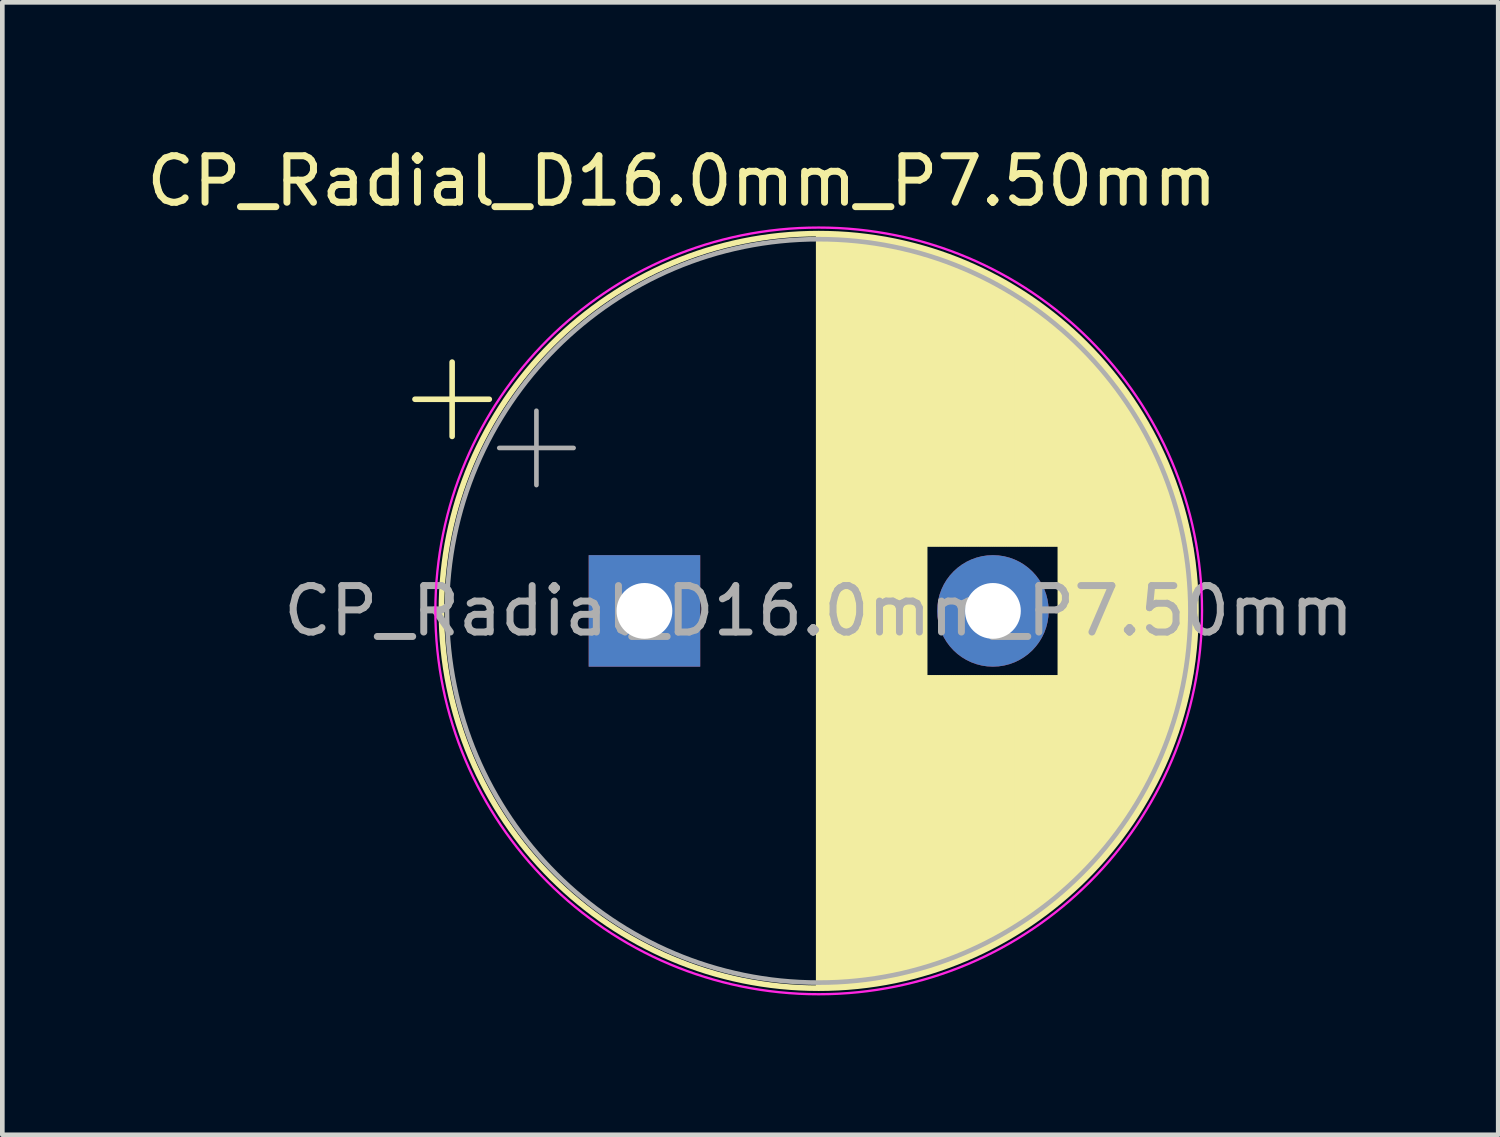
<source format=kicad_pcb>
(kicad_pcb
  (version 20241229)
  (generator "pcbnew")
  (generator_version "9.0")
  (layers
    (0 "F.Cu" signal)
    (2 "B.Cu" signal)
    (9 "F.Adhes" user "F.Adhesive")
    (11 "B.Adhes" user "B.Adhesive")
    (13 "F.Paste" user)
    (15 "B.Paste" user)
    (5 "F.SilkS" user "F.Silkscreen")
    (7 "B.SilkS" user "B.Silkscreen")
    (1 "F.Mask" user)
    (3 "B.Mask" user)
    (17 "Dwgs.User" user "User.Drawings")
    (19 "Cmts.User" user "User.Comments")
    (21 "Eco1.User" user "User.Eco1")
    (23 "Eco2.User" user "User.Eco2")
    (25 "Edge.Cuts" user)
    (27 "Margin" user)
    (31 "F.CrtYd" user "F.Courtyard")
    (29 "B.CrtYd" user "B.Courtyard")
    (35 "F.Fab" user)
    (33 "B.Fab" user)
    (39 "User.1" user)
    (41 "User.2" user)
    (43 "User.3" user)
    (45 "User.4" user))
  (footprint "CP_Radial_D16.0mm_P7.50mm"
    (layer "F.Cu")
    (at 10.82 10.098)
    (property "Reference" "CP_Radial_D16.0mm_P7.50mm" (at 0.805 -9.25 180) (layer "F.SilkS") (effects (font (size 1 1) (thickness 0.15))))
    (attr through_hole)
    (fp_line (start -4.939 -4.555) (end -3.339 -4.555) (stroke (width 0.12) (type solid)) (layer "F.SilkS"))
    (fp_line (start -4.139 -5.355) (end -4.139 -3.755) (stroke (width 0.12) (type solid)) (layer "F.SilkS"))
    (fp_line (start 3.75 -8.081) (end 3.75 8.081) (stroke (width 0.12) (type solid)) (layer "F.SilkS"))
    (fp_line (start 3.79 -8.08) (end 3.79 8.08) (stroke (width 0.12) (type solid)) (layer "F.SilkS"))
    (fp_line (start 3.83 -8.08) (end 3.83 8.08) (stroke (width 0.12) (type solid)) (layer "F.SilkS"))
    (fp_line (start 3.87 -8.08) (end 3.87 8.08) (stroke (width 0.12) (type solid)) (layer "F.SilkS"))
    (fp_line (start 3.91 -8.079) (end 3.91 8.079) (stroke (width 0.12) (type solid)) (layer "F.SilkS"))
    (fp_line (start 3.95 -8.078) (end 3.95 8.078) (stroke (width 0.12) (type solid)) (layer "F.SilkS"))
    (fp_line (start 3.99 -8.077) (end 3.99 8.077) (stroke (width 0.12) (type solid)) (layer "F.SilkS"))
    (fp_line (start 4.03 -8.076) (end 4.03 8.076) (stroke (width 0.12) (type solid)) (layer "F.SilkS"))
    (fp_line (start 4.07 -8.074) (end 4.07 8.074) (stroke (width 0.12) (type solid)) (layer "F.SilkS"))
    (fp_line (start 4.11 -8.073) (end 4.11 8.073) (stroke (width 0.12) (type solid)) (layer "F.SilkS"))
    (fp_line (start 4.15 -8.071) (end 4.15 8.071) (stroke (width 0.12) (type solid)) (layer "F.SilkS"))
    (fp_line (start 4.19 -8.069) (end 4.19 8.069) (stroke (width 0.12) (type solid)) (layer "F.SilkS"))
    (fp_line (start 4.23 -8.066) (end 4.23 8.066) (stroke (width 0.12) (type solid)) (layer "F.SilkS"))
    (fp_line (start 4.27 -8.064) (end 4.27 8.064) (stroke (width 0.12) (type solid)) (layer "F.SilkS"))
    (fp_line (start 4.31 -8.061) (end 4.31 8.061) (stroke (width 0.12) (type solid)) (layer "F.SilkS"))
    (fp_line (start 4.35 -8.058) (end 4.35 8.058) (stroke (width 0.12) (type solid)) (layer "F.SilkS"))
    (fp_line (start 4.39 -8.055) (end 4.39 8.055) (stroke (width 0.12) (type solid)) (layer "F.SilkS"))
    (fp_line (start 4.43 -8.052) (end 4.43 8.052) (stroke (width 0.12) (type solid)) (layer "F.SilkS"))
    (fp_line (start 4.471 -8.049) (end 4.471 8.049) (stroke (width 0.12) (type solid)) (layer "F.SilkS"))
    (fp_line (start 4.511 -8.045) (end 4.511 8.045) (stroke (width 0.12) (type solid)) (layer "F.SilkS"))
    (fp_line (start 4.551 -8.041) (end 4.551 8.041) (stroke (width 0.12) (type solid)) (layer "F.SilkS"))
    (fp_line (start 4.591 -8.037) (end 4.591 8.037) (stroke (width 0.12) (type solid)) (layer "F.SilkS"))
    (fp_line (start 4.631 -8.033) (end 4.631 8.033) (stroke (width 0.12) (type solid)) (layer "F.SilkS"))
    (fp_line (start 4.671 -8.028) (end 4.671 8.028) (stroke (width 0.12) (type solid)) (layer "F.SilkS"))
    (fp_line (start 4.711 -8.024) (end 4.711 8.024) (stroke (width 0.12) (type solid)) (layer "F.SilkS"))
    (fp_line (start 4.751 -8.019) (end 4.751 8.019) (stroke (width 0.12) (type solid)) (layer "F.SilkS"))
    (fp_line (start 4.791 -8.014) (end 4.791 8.014) (stroke (width 0.12) (type solid)) (layer "F.SilkS"))
    (fp_line (start 4.831 -8.008) (end 4.831 8.008) (stroke (width 0.12) (type solid)) (layer "F.SilkS"))
    (fp_line (start 4.871 -8.003) (end 4.871 8.003) (stroke (width 0.12) (type solid)) (layer "F.SilkS"))
    (fp_line (start 4.911 -7.997) (end 4.911 7.997) (stroke (width 0.12) (type solid)) (layer "F.SilkS"))
    (fp_line (start 4.951 -7.991) (end 4.951 7.991) (stroke (width 0.12) (type solid)) (layer "F.SilkS"))
    (fp_line (start 4.991 -7.985) (end 4.991 7.985) (stroke (width 0.12) (type solid)) (layer "F.SilkS"))
    (fp_line (start 5.031 -7.979) (end 5.031 7.979) (stroke (width 0.12) (type solid)) (layer "F.SilkS"))
    (fp_line (start 5.071 -7.972) (end 5.071 7.972) (stroke (width 0.12) (type solid)) (layer "F.SilkS"))
    (fp_line (start 5.111 -7.966) (end 5.111 7.966) (stroke (width 0.12) (type solid)) (layer "F.SilkS"))
    (fp_line (start 5.151 -7.959) (end 5.151 7.959) (stroke (width 0.12) (type solid)) (layer "F.SilkS"))
    (fp_line (start 5.191 -7.952) (end 5.191 7.952) (stroke (width 0.12) (type solid)) (layer "F.SilkS"))
    (fp_line (start 5.231 -7.944) (end 5.231 7.944) (stroke (width 0.12) (type solid)) (layer "F.SilkS"))
    (fp_line (start 5.271 -7.937) (end 5.271 7.937) (stroke (width 0.12) (type solid)) (layer "F.SilkS"))
    (fp_line (start 5.311 -7.929) (end 5.311 7.929) (stroke (width 0.12) (type solid)) (layer "F.SilkS"))
    (fp_line (start 5.351 -7.921) (end 5.351 7.921) (stroke (width 0.12) (type solid)) (layer "F.SilkS"))
    (fp_line (start 5.391 -7.913) (end 5.391 7.913) (stroke (width 0.12) (type solid)) (layer "F.SilkS"))
    (fp_line (start 5.431 -7.905) (end 5.431 7.905) (stroke (width 0.12) (type solid)) (layer "F.SilkS"))
    (fp_line (start 5.471 -7.896) (end 5.471 7.896) (stroke (width 0.12) (type solid)) (layer "F.SilkS"))
    (fp_line (start 5.511 -7.887) (end 5.511 7.887) (stroke (width 0.12) (type solid)) (layer "F.SilkS"))
    (fp_line (start 5.551 -7.878) (end 5.551 7.878) (stroke (width 0.12) (type solid)) (layer "F.SilkS"))
    (fp_line (start 5.591 -7.869) (end 5.591 7.869) (stroke (width 0.12) (type solid)) (layer "F.SilkS"))
    (fp_line (start 5.631 -7.86) (end 5.631 7.86) (stroke (width 0.12) (type solid)) (layer "F.SilkS"))
    (fp_line (start 5.671 -7.85) (end 5.671 7.85) (stroke (width 0.12) (type solid)) (layer "F.SilkS"))
    (fp_line (start 5.711 -7.84) (end 5.711 7.84) (stroke (width 0.12) (type solid)) (layer "F.SilkS"))
    (fp_line (start 5.751 -7.83) (end 5.751 7.83) (stroke (width 0.12) (type solid)) (layer "F.SilkS"))
    (fp_line (start 5.791 -7.82) (end 5.791 7.82) (stroke (width 0.12) (type solid)) (layer "F.SilkS"))
    (fp_line (start 5.831 -7.81) (end 5.831 7.81) (stroke (width 0.12) (type solid)) (layer "F.SilkS"))
    (fp_line (start 5.871 -7.799) (end 5.871 7.799) (stroke (width 0.12) (type solid)) (layer "F.SilkS"))
    (fp_line (start 5.911 -7.788) (end 5.911 7.788) (stroke (width 0.12) (type solid)) (layer "F.SilkS"))
    (fp_line (start 5.951 -7.777) (end 5.951 7.777) (stroke (width 0.12) (type solid)) (layer "F.SilkS"))
    (fp_line (start 5.991 -7.765) (end 5.991 7.765) (stroke (width 0.12) (type solid)) (layer "F.SilkS"))
    (fp_line (start 6.031 -7.754) (end 6.031 7.754) (stroke (width 0.12) (type solid)) (layer "F.SilkS"))
    (fp_line (start 6.071 -7.742) (end 6.071 -1.44) (stroke (width 0.12) (type solid)) (layer "F.SilkS"))
    (fp_line (start 6.071 1.44) (end 6.071 7.742) (stroke (width 0.12) (type solid)) (layer "F.SilkS"))
    (fp_line (start 6.111 -7.73) (end 6.111 -1.44) (stroke (width 0.12) (type solid)) (layer "F.SilkS"))
    (fp_line (start 6.111 1.44) (end 6.111 7.73) (stroke (width 0.12) (type solid)) (layer "F.SilkS"))
    (fp_line (start 6.151 -7.718) (end 6.151 -1.44) (stroke (width 0.12) (type solid)) (layer "F.SilkS"))
    (fp_line (start 6.151 1.44) (end 6.151 7.718) (stroke (width 0.12) (type solid)) (layer "F.SilkS"))
    (fp_line (start 6.191 -7.705) (end 6.191 -1.44) (stroke (width 0.12) (type solid)) (layer "F.SilkS"))
    (fp_line (start 6.191 1.44) (end 6.191 7.705) (stroke (width 0.12) (type solid)) (layer "F.SilkS"))
    (fp_line (start 6.231 -7.693) (end 6.231 -1.44) (stroke (width 0.12) (type solid)) (layer "F.SilkS"))
    (fp_line (start 6.231 1.44) (end 6.231 7.693) (stroke (width 0.12) (type solid)) (layer "F.SilkS"))
    (fp_line (start 6.271 -7.68) (end 6.271 -1.44) (stroke (width 0.12) (type solid)) (layer "F.SilkS"))
    (fp_line (start 6.271 1.44) (end 6.271 7.68) (stroke (width 0.12) (type solid)) (layer "F.SilkS"))
    (fp_line (start 6.311 -7.666) (end 6.311 -1.44) (stroke (width 0.12) (type solid)) (layer "F.SilkS"))
    (fp_line (start 6.311 1.44) (end 6.311 7.666) (stroke (width 0.12) (type solid)) (layer "F.SilkS"))
    (fp_line (start 6.351 -7.653) (end 6.351 -1.44) (stroke (width 0.12) (type solid)) (layer "F.SilkS"))
    (fp_line (start 6.351 1.44) (end 6.351 7.653) (stroke (width 0.12) (type solid)) (layer "F.SilkS"))
    (fp_line (start 6.391 -7.639) (end 6.391 -1.44) (stroke (width 0.12) (type solid)) (layer "F.SilkS"))
    (fp_line (start 6.391 1.44) (end 6.391 7.639) (stroke (width 0.12) (type solid)) (layer "F.SilkS"))
    (fp_line (start 6.431 -7.625) (end 6.431 -1.44) (stroke (width 0.12) (type solid)) (layer "F.SilkS"))
    (fp_line (start 6.431 1.44) (end 6.431 7.625) (stroke (width 0.12) (type solid)) (layer "F.SilkS"))
    (fp_line (start 6.471 -7.611) (end 6.471 -1.44) (stroke (width 0.12) (type solid)) (layer "F.SilkS"))
    (fp_line (start 6.471 1.44) (end 6.471 7.611) (stroke (width 0.12) (type solid)) (layer "F.SilkS"))
    (fp_line (start 6.511 -7.597) (end 6.511 -1.44) (stroke (width 0.12) (type solid)) (layer "F.SilkS"))
    (fp_line (start 6.511 1.44) (end 6.511 7.597) (stroke (width 0.12) (type solid)) (layer "F.SilkS"))
    (fp_line (start 6.551 -7.582) (end 6.551 -1.44) (stroke (width 0.12) (type solid)) (layer "F.SilkS"))
    (fp_line (start 6.551 1.44) (end 6.551 7.582) (stroke (width 0.12) (type solid)) (layer "F.SilkS"))
    (fp_line (start 6.591 -7.568) (end 6.591 -1.44) (stroke (width 0.12) (type solid)) (layer "F.SilkS"))
    (fp_line (start 6.591 1.44) (end 6.591 7.568) (stroke (width 0.12) (type solid)) (layer "F.SilkS"))
    (fp_line (start 6.631 -7.553) (end 6.631 -1.44) (stroke (width 0.12) (type solid)) (layer "F.SilkS"))
    (fp_line (start 6.631 1.44) (end 6.631 7.553) (stroke (width 0.12) (type solid)) (layer "F.SilkS"))
    (fp_line (start 6.671 -7.537) (end 6.671 -1.44) (stroke (width 0.12) (type solid)) (layer "F.SilkS"))
    (fp_line (start 6.671 1.44) (end 6.671 7.537) (stroke (width 0.12) (type solid)) (layer "F.SilkS"))
    (fp_line (start 6.711 -7.522) (end 6.711 -1.44) (stroke (width 0.12) (type solid)) (layer "F.SilkS"))
    (fp_line (start 6.711 1.44) (end 6.711 7.522) (stroke (width 0.12) (type solid)) (layer "F.SilkS"))
    (fp_line (start 6.751 -7.506) (end 6.751 -1.44) (stroke (width 0.12) (type solid)) (layer "F.SilkS"))
    (fp_line (start 6.751 1.44) (end 6.751 7.506) (stroke (width 0.12) (type solid)) (layer "F.SilkS"))
    (fp_line (start 6.791 -7.49) (end 6.791 -1.44) (stroke (width 0.12) (type solid)) (layer "F.SilkS"))
    (fp_line (start 6.791 1.44) (end 6.791 7.49) (stroke (width 0.12) (type solid)) (layer "F.SilkS"))
    (fp_line (start 6.831 -7.474) (end 6.831 -1.44) (stroke (width 0.12) (type solid)) (layer "F.SilkS"))
    (fp_line (start 6.831 1.44) (end 6.831 7.474) (stroke (width 0.12) (type solid)) (layer "F.SilkS"))
    (fp_line (start 6.871 -7.457) (end 6.871 -1.44) (stroke (width 0.12) (type solid)) (layer "F.SilkS"))
    (fp_line (start 6.871 1.44) (end 6.871 7.457) (stroke (width 0.12) (type solid)) (layer "F.SilkS"))
    (fp_line (start 6.911 -7.44) (end 6.911 -1.44) (stroke (width 0.12) (type solid)) (layer "F.SilkS"))
    (fp_line (start 6.911 1.44) (end 6.911 7.44) (stroke (width 0.12) (type solid)) (layer "F.SilkS"))
    (fp_line (start 6.951 -7.423) (end 6.951 -1.44) (stroke (width 0.12) (type solid)) (layer "F.SilkS"))
    (fp_line (start 6.951 1.44) (end 6.951 7.423) (stroke (width 0.12) (type solid)) (layer "F.SilkS"))
    (fp_line (start 6.991 -7.406) (end 6.991 -1.44) (stroke (width 0.12) (type solid)) (layer "F.SilkS"))
    (fp_line (start 6.991 1.44) (end 6.991 7.406) (stroke (width 0.12) (type solid)) (layer "F.SilkS"))
    (fp_line (start 7.031 -7.389) (end 7.031 -1.44) (stroke (width 0.12) (type solid)) (layer "F.SilkS"))
    (fp_line (start 7.031 1.44) (end 7.031 7.389) (stroke (width 0.12) (type solid)) (layer "F.SilkS"))
    (fp_line (start 7.071 -7.371) (end 7.071 -1.44) (stroke (width 0.12) (type solid)) (layer "F.SilkS"))
    (fp_line (start 7.071 1.44) (end 7.071 7.371) (stroke (width 0.12) (type solid)) (layer "F.SilkS"))
    (fp_line (start 7.111 -7.353) (end 7.111 -1.44) (stroke (width 0.12) (type solid)) (layer "F.SilkS"))
    (fp_line (start 7.111 1.44) (end 7.111 7.353) (stroke (width 0.12) (type solid)) (layer "F.SilkS"))
    (fp_line (start 7.151 -7.334) (end 7.151 -1.44) (stroke (width 0.12) (type solid)) (layer "F.SilkS"))
    (fp_line (start 7.151 1.44) (end 7.151 7.334) (stroke (width 0.12) (type solid)) (layer "F.SilkS"))
    (fp_line (start 7.191 -7.316) (end 7.191 -1.44) (stroke (width 0.12) (type solid)) (layer "F.SilkS"))
    (fp_line (start 7.191 1.44) (end 7.191 7.316) (stroke (width 0.12) (type solid)) (layer "F.SilkS"))
    (fp_line (start 7.231 -7.297) (end 7.231 -1.44) (stroke (width 0.12) (type solid)) (layer "F.SilkS"))
    (fp_line (start 7.231 1.44) (end 7.231 7.297) (stroke (width 0.12) (type solid)) (layer "F.SilkS"))
    (fp_line (start 7.271 -7.278) (end 7.271 -1.44) (stroke (width 0.12) (type solid)) (layer "F.SilkS"))
    (fp_line (start 7.271 1.44) (end 7.271 7.278) (stroke (width 0.12) (type solid)) (layer "F.SilkS"))
    (fp_line (start 7.311 -7.258) (end 7.311 -1.44) (stroke (width 0.12) (type solid)) (layer "F.SilkS"))
    (fp_line (start 7.311 1.44) (end 7.311 7.258) (stroke (width 0.12) (type solid)) (layer "F.SilkS"))
    (fp_line (start 7.351 -7.239) (end 7.351 -1.44) (stroke (width 0.12) (type solid)) (layer "F.SilkS"))
    (fp_line (start 7.351 1.44) (end 7.351 7.239) (stroke (width 0.12) (type solid)) (layer "F.SilkS"))
    (fp_line (start 7.391 -7.219) (end 7.391 -1.44) (stroke (width 0.12) (type solid)) (layer "F.SilkS"))
    (fp_line (start 7.391 1.44) (end 7.391 7.219) (stroke (width 0.12) (type solid)) (layer "F.SilkS"))
    (fp_line (start 7.431 -7.199) (end 7.431 -1.44) (stroke (width 0.12) (type solid)) (layer "F.SilkS"))
    (fp_line (start 7.431 1.44) (end 7.431 7.199) (stroke (width 0.12) (type solid)) (layer "F.SilkS"))
    (fp_line (start 7.471 -7.178) (end 7.471 -1.44) (stroke (width 0.12) (type solid)) (layer "F.SilkS"))
    (fp_line (start 7.471 1.44) (end 7.471 7.178) (stroke (width 0.12) (type solid)) (layer "F.SilkS"))
    (fp_line (start 7.511 -7.157) (end 7.511 -1.44) (stroke (width 0.12) (type solid)) (layer "F.SilkS"))
    (fp_line (start 7.511 1.44) (end 7.511 7.157) (stroke (width 0.12) (type solid)) (layer "F.SilkS"))
    (fp_line (start 7.551 -7.136) (end 7.551 -1.44) (stroke (width 0.12) (type solid)) (layer "F.SilkS"))
    (fp_line (start 7.551 1.44) (end 7.551 7.136) (stroke (width 0.12) (type solid)) (layer "F.SilkS"))
    (fp_line (start 7.591 -7.115) (end 7.591 -1.44) (stroke (width 0.12) (type solid)) (layer "F.SilkS"))
    (fp_line (start 7.591 1.44) (end 7.591 7.115) (stroke (width 0.12) (type solid)) (layer "F.SilkS"))
    (fp_line (start 7.631 -7.094) (end 7.631 -1.44) (stroke (width 0.12) (type solid)) (layer "F.SilkS"))
    (fp_line (start 7.631 1.44) (end 7.631 7.094) (stroke (width 0.12) (type solid)) (layer "F.SilkS"))
    (fp_line (start 7.671 -7.072) (end 7.671 -1.44) (stroke (width 0.12) (type solid)) (layer "F.SilkS"))
    (fp_line (start 7.671 1.44) (end 7.671 7.072) (stroke (width 0.12) (type solid)) (layer "F.SilkS"))
    (fp_line (start 7.711 -7.049) (end 7.711 -1.44) (stroke (width 0.12) (type solid)) (layer "F.SilkS"))
    (fp_line (start 7.711 1.44) (end 7.711 7.049) (stroke (width 0.12) (type solid)) (layer "F.SilkS"))
    (fp_line (start 7.751 -7.027) (end 7.751 -1.44) (stroke (width 0.12) (type solid)) (layer "F.SilkS"))
    (fp_line (start 7.751 1.44) (end 7.751 7.027) (stroke (width 0.12) (type solid)) (layer "F.SilkS"))
    (fp_line (start 7.791 -7.004) (end 7.791 -1.44) (stroke (width 0.12) (type solid)) (layer "F.SilkS"))
    (fp_line (start 7.791 1.44) (end 7.791 7.004) (stroke (width 0.12) (type solid)) (layer "F.SilkS"))
    (fp_line (start 7.831 -6.981) (end 7.831 -1.44) (stroke (width 0.12) (type solid)) (layer "F.SilkS"))
    (fp_line (start 7.831 1.44) (end 7.831 6.981) (stroke (width 0.12) (type solid)) (layer "F.SilkS"))
    (fp_line (start 7.871 -6.958) (end 7.871 -1.44) (stroke (width 0.12) (type solid)) (layer "F.SilkS"))
    (fp_line (start 7.871 1.44) (end 7.871 6.958) (stroke (width 0.12) (type solid)) (layer "F.SilkS"))
    (fp_line (start 7.911 -6.934) (end 7.911 -1.44) (stroke (width 0.12) (type solid)) (layer "F.SilkS"))
    (fp_line (start 7.911 1.44) (end 7.911 6.934) (stroke (width 0.12) (type solid)) (layer "F.SilkS"))
    (fp_line (start 7.951 -6.91) (end 7.951 -1.44) (stroke (width 0.12) (type solid)) (layer "F.SilkS"))
    (fp_line (start 7.951 1.44) (end 7.951 6.91) (stroke (width 0.12) (type solid)) (layer "F.SilkS"))
    (fp_line (start 7.991 -6.886) (end 7.991 -1.44) (stroke (width 0.12) (type solid)) (layer "F.SilkS"))
    (fp_line (start 7.991 1.44) (end 7.991 6.886) (stroke (width 0.12) (type solid)) (layer "F.SilkS"))
    (fp_line (start 8.031 -6.861) (end 8.031 -1.44) (stroke (width 0.12) (type solid)) (layer "F.SilkS"))
    (fp_line (start 8.031 1.44) (end 8.031 6.861) (stroke (width 0.12) (type solid)) (layer "F.SilkS"))
    (fp_line (start 8.071 -6.836) (end 8.071 -1.44) (stroke (width 0.12) (type solid)) (layer "F.SilkS"))
    (fp_line (start 8.071 1.44) (end 8.071 6.836) (stroke (width 0.12) (type solid)) (layer "F.SilkS"))
    (fp_line (start 8.111 -6.811) (end 8.111 -1.44) (stroke (width 0.12) (type solid)) (layer "F.SilkS"))
    (fp_line (start 8.111 1.44) (end 8.111 6.811) (stroke (width 0.12) (type solid)) (layer "F.SilkS"))
    (fp_line (start 8.151 -6.785) (end 8.151 -1.44) (stroke (width 0.12) (type solid)) (layer "F.SilkS"))
    (fp_line (start 8.151 1.44) (end 8.151 6.785) (stroke (width 0.12) (type solid)) (layer "F.SilkS"))
    (fp_line (start 8.191 -6.759) (end 8.191 -1.44) (stroke (width 0.12) (type solid)) (layer "F.SilkS"))
    (fp_line (start 8.191 1.44) (end 8.191 6.759) (stroke (width 0.12) (type solid)) (layer "F.SilkS"))
    (fp_line (start 8.231 -6.733) (end 8.231 -1.44) (stroke (width 0.12) (type solid)) (layer "F.SilkS"))
    (fp_line (start 8.231 1.44) (end 8.231 6.733) (stroke (width 0.12) (type solid)) (layer "F.SilkS"))
    (fp_line (start 8.271 -6.706) (end 8.271 -1.44) (stroke (width 0.12) (type solid)) (layer "F.SilkS"))
    (fp_line (start 8.271 1.44) (end 8.271 6.706) (stroke (width 0.12) (type solid)) (layer "F.SilkS"))
    (fp_line (start 8.311 -6.679) (end 8.311 -1.44) (stroke (width 0.12) (type solid)) (layer "F.SilkS"))
    (fp_line (start 8.311 1.44) (end 8.311 6.679) (stroke (width 0.12) (type solid)) (layer "F.SilkS"))
    (fp_line (start 8.351 -6.652) (end 8.351 -1.44) (stroke (width 0.12) (type solid)) (layer "F.SilkS"))
    (fp_line (start 8.351 1.44) (end 8.351 6.652) (stroke (width 0.12) (type solid)) (layer "F.SilkS"))
    (fp_line (start 8.391 -6.624) (end 8.391 -1.44) (stroke (width 0.12) (type solid)) (layer "F.SilkS"))
    (fp_line (start 8.391 1.44) (end 8.391 6.624) (stroke (width 0.12) (type solid)) (layer "F.SilkS"))
    (fp_line (start 8.431 -6.596) (end 8.431 -1.44) (stroke (width 0.12) (type solid)) (layer "F.SilkS"))
    (fp_line (start 8.431 1.44) (end 8.431 6.596) (stroke (width 0.12) (type solid)) (layer "F.SilkS"))
    (fp_line (start 8.471 -6.568) (end 8.471 -1.44) (stroke (width 0.12) (type solid)) (layer "F.SilkS"))
    (fp_line (start 8.471 1.44) (end 8.471 6.568) (stroke (width 0.12) (type solid)) (layer "F.SilkS"))
    (fp_line (start 8.511 -6.539) (end 8.511 -1.44) (stroke (width 0.12) (type solid)) (layer "F.SilkS"))
    (fp_line (start 8.511 1.44) (end 8.511 6.539) (stroke (width 0.12) (type solid)) (layer "F.SilkS"))
    (fp_line (start 8.551 -6.51) (end 8.551 -1.44) (stroke (width 0.12) (type solid)) (layer "F.SilkS"))
    (fp_line (start 8.551 1.44) (end 8.551 6.51) (stroke (width 0.12) (type solid)) (layer "F.SilkS"))
    (fp_line (start 8.591 -6.48) (end 8.591 -1.44) (stroke (width 0.12) (type solid)) (layer "F.SilkS"))
    (fp_line (start 8.591 1.44) (end 8.591 6.48) (stroke (width 0.12) (type solid)) (layer "F.SilkS"))
    (fp_line (start 8.631 -6.45) (end 8.631 -1.44) (stroke (width 0.12) (type solid)) (layer "F.SilkS"))
    (fp_line (start 8.631 1.44) (end 8.631 6.45) (stroke (width 0.12) (type solid)) (layer "F.SilkS"))
    (fp_line (start 8.671 -6.42) (end 8.671 -1.44) (stroke (width 0.12) (type solid)) (layer "F.SilkS"))
    (fp_line (start 8.671 1.44) (end 8.671 6.42) (stroke (width 0.12) (type solid)) (layer "F.SilkS"))
    (fp_line (start 8.711 -6.39) (end 8.711 -1.44) (stroke (width 0.12) (type solid)) (layer "F.SilkS"))
    (fp_line (start 8.711 1.44) (end 8.711 6.39) (stroke (width 0.12) (type solid)) (layer "F.SilkS"))
    (fp_line (start 8.751 -6.358) (end 8.751 -1.44) (stroke (width 0.12) (type solid)) (layer "F.SilkS"))
    (fp_line (start 8.751 1.44) (end 8.751 6.358) (stroke (width 0.12) (type solid)) (layer "F.SilkS"))
    (fp_line (start 8.791 -6.327) (end 8.791 -1.44) (stroke (width 0.12) (type solid)) (layer "F.SilkS"))
    (fp_line (start 8.791 1.44) (end 8.791 6.327) (stroke (width 0.12) (type solid)) (layer "F.SilkS"))
    (fp_line (start 8.831 -6.295) (end 8.831 -1.44) (stroke (width 0.12) (type solid)) (layer "F.SilkS"))
    (fp_line (start 8.831 1.44) (end 8.831 6.295) (stroke (width 0.12) (type solid)) (layer "F.SilkS"))
    (fp_line (start 8.871 -6.263) (end 8.871 -1.44) (stroke (width 0.12) (type solid)) (layer "F.SilkS"))
    (fp_line (start 8.871 1.44) (end 8.871 6.263) (stroke (width 0.12) (type solid)) (layer "F.SilkS"))
    (fp_line (start 8.911 -6.23) (end 8.911 -1.44) (stroke (width 0.12) (type solid)) (layer "F.SilkS"))
    (fp_line (start 8.911 1.44) (end 8.911 6.23) (stroke (width 0.12) (type solid)) (layer "F.SilkS"))
    (fp_line (start 8.951 -6.197) (end 8.951 6.197) (stroke (width 0.12) (type solid)) (layer "F.SilkS"))
    (fp_line (start 8.991 -6.163) (end 8.991 6.163) (stroke (width 0.12) (type solid)) (layer "F.SilkS"))
    (fp_line (start 9.031 -6.129) (end 9.031 6.129) (stroke (width 0.12) (type solid)) (layer "F.SilkS"))
    (fp_line (start 9.071 -6.095) (end 9.071 6.095) (stroke (width 0.12) (type solid)) (layer "F.SilkS"))
    (fp_line (start 9.111 -6.06) (end 9.111 6.06) (stroke (width 0.12) (type solid)) (layer "F.SilkS"))
    (fp_line (start 9.151 -6.025) (end 9.151 6.025) (stroke (width 0.12) (type solid)) (layer "F.SilkS"))
    (fp_line (start 9.191 -5.989) (end 9.191 5.989) (stroke (width 0.12) (type solid)) (layer "F.SilkS"))
    (fp_line (start 9.231 -5.952) (end 9.231 5.952) (stroke (width 0.12) (type solid)) (layer "F.SilkS"))
    (fp_line (start 9.271 -5.916) (end 9.271 5.916) (stroke (width 0.12) (type solid)) (layer "F.SilkS"))
    (fp_line (start 9.311 -5.878) (end 9.311 5.878) (stroke (width 0.12) (type solid)) (layer "F.SilkS"))
    (fp_line (start 9.351 -5.84) (end 9.351 5.84) (stroke (width 0.12) (type solid)) (layer "F.SilkS"))
    (fp_line (start 9.391 -5.802) (end 9.391 5.802) (stroke (width 0.12) (type solid)) (layer "F.SilkS"))
    (fp_line (start 9.431 -5.763) (end 9.431 5.763) (stroke (width 0.12) (type solid)) (layer "F.SilkS"))
    (fp_line (start 9.471 -5.724) (end 9.471 5.724) (stroke (width 0.12) (type solid)) (layer "F.SilkS"))
    (fp_line (start 9.511 -5.684) (end 9.511 5.684) (stroke (width 0.12) (type solid)) (layer "F.SilkS"))
    (fp_line (start 9.551 -5.643) (end 9.551 5.643) (stroke (width 0.12) (type solid)) (layer "F.SilkS"))
    (fp_line (start 9.591 -5.602) (end 9.591 5.602) (stroke (width 0.12) (type solid)) (layer "F.SilkS"))
    (fp_line (start 9.631 -5.56) (end 9.631 5.56) (stroke (width 0.12) (type solid)) (layer "F.SilkS"))
    (fp_line (start 9.671 -5.518) (end 9.671 5.518) (stroke (width 0.12) (type solid)) (layer "F.SilkS"))
    (fp_line (start 9.711 -5.475) (end 9.711 5.475) (stroke (width 0.12) (type solid)) (layer "F.SilkS"))
    (fp_line (start 9.751 -5.432) (end 9.751 5.432) (stroke (width 0.12) (type solid)) (layer "F.SilkS"))
    (fp_line (start 9.791 -5.388) (end 9.791 5.388) (stroke (width 0.12) (type solid)) (layer "F.SilkS"))
    (fp_line (start 9.831 -5.343) (end 9.831 5.343) (stroke (width 0.12) (type solid)) (layer "F.SilkS"))
    (fp_line (start 9.871 -5.297) (end 9.871 5.297) (stroke (width 0.12) (type solid)) (layer "F.SilkS"))
    (fp_line (start 9.911 -5.251) (end 9.911 5.251) (stroke (width 0.12) (type solid)) (layer "F.SilkS"))
    (fp_line (start 9.951 -5.204) (end 9.951 5.204) (stroke (width 0.12) (type solid)) (layer "F.SilkS"))
    (fp_line (start 9.991 -5.156) (end 9.991 5.156) (stroke (width 0.12) (type solid)) (layer "F.SilkS"))
    (fp_line (start 10.031 -5.108) (end 10.031 5.108) (stroke (width 0.12) (type solid)) (layer "F.SilkS"))
    (fp_line (start 10.071 -5.059) (end 10.071 5.059) (stroke (width 0.12) (type solid)) (layer "F.SilkS"))
    (fp_line (start 10.111 -5.009) (end 10.111 5.009) (stroke (width 0.12) (type solid)) (layer "F.SilkS"))
    (fp_line (start 10.151 -4.958) (end 10.151 4.958) (stroke (width 0.12) (type solid)) (layer "F.SilkS"))
    (fp_line (start 10.191 -4.906) (end 10.191 4.906) (stroke (width 0.12) (type solid)) (layer "F.SilkS"))
    (fp_line (start 10.231 -4.854) (end 10.231 4.854) (stroke (width 0.12) (type solid)) (layer "F.SilkS"))
    (fp_line (start 10.271 -4.8) (end 10.271 4.8) (stroke (width 0.12) (type solid)) (layer "F.SilkS"))
    (fp_line (start 10.311 -4.746) (end 10.311 4.746) (stroke (width 0.12) (type solid)) (layer "F.SilkS"))
    (fp_line (start 10.351 -4.691) (end 10.351 4.691) (stroke (width 0.12) (type solid)) (layer "F.SilkS"))
    (fp_line (start 10.391 -4.634) (end 10.391 4.634) (stroke (width 0.12) (type solid)) (layer "F.SilkS"))
    (fp_line (start 10.431 -4.577) (end 10.431 4.577) (stroke (width 0.12) (type solid)) (layer "F.SilkS"))
    (fp_line (start 10.471 -4.519) (end 10.471 4.519) (stroke (width 0.12) (type solid)) (layer "F.SilkS"))
    (fp_line (start 10.511 -4.459) (end 10.511 4.459) (stroke (width 0.12) (type solid)) (layer "F.SilkS"))
    (fp_line (start 10.551 -4.398) (end 10.551 4.398) (stroke (width 0.12) (type solid)) (layer "F.SilkS"))
    (fp_line (start 10.591 -4.336) (end 10.591 4.336) (stroke (width 0.12) (type solid)) (layer "F.SilkS"))
    (fp_line (start 10.631 -4.273) (end 10.631 4.273) (stroke (width 0.12) (type solid)) (layer "F.SilkS"))
    (fp_line (start 10.671 -4.209) (end 10.671 4.209) (stroke (width 0.12) (type solid)) (layer "F.SilkS"))
    (fp_line (start 10.711 -4.143) (end 10.711 4.143) (stroke (width 0.12) (type solid)) (layer "F.SilkS"))
    (fp_line (start 10.751 -4.076) (end 10.751 4.076) (stroke (width 0.12) (type solid)) (layer "F.SilkS"))
    (fp_line (start 10.791 -4.007) (end 10.791 4.007) (stroke (width 0.12) (type solid)) (layer "F.SilkS"))
    (fp_line (start 10.831 -3.936) (end 10.831 3.936) (stroke (width 0.12) (type solid)) (layer "F.SilkS"))
    (fp_line (start 10.871 -3.864) (end 10.871 3.864) (stroke (width 0.12) (type solid)) (layer "F.SilkS"))
    (fp_line (start 10.911 -3.79) (end 10.911 3.79) (stroke (width 0.12) (type solid)) (layer "F.SilkS"))
    (fp_line (start 10.951 -3.715) (end 10.951 3.715) (stroke (width 0.12) (type solid)) (layer "F.SilkS"))
    (fp_line (start 10.991 -3.637) (end 10.991 3.637) (stroke (width 0.12) (type solid)) (layer "F.SilkS"))
    (fp_line (start 11.031 -3.557) (end 11.031 3.557) (stroke (width 0.12) (type solid)) (layer "F.SilkS"))
    (fp_line (start 11.071 -3.475) (end 11.071 3.475) (stroke (width 0.12) (type solid)) (layer "F.SilkS"))
    (fp_line (start 11.111 -3.39) (end 11.111 3.39) (stroke (width 0.12) (type solid)) (layer "F.SilkS"))
    (fp_line (start 11.151 -3.303) (end 11.151 3.303) (stroke (width 0.12) (type solid)) (layer "F.SilkS"))
    (fp_line (start 11.191 -3.213) (end 11.191 3.213) (stroke (width 0.12) (type solid)) (layer "F.SilkS"))
    (fp_line (start 11.231 -3.12) (end 11.231 3.12) (stroke (width 0.12) (type solid)) (layer "F.SilkS"))
    (fp_line (start 11.271 -3.024) (end 11.271 3.024) (stroke (width 0.12) (type solid)) (layer "F.SilkS"))
    (fp_line (start 11.311 -2.924) (end 11.311 2.924) (stroke (width 0.12) (type solid)) (layer "F.SilkS"))
    (fp_line (start 11.351 -2.82) (end 11.351 2.82) (stroke (width 0.12) (type solid)) (layer "F.SilkS"))
    (fp_line (start 11.391 -2.711) (end 11.391 2.711) (stroke (width 0.12) (type solid)) (layer "F.SilkS"))
    (fp_line (start 11.431 -2.597) (end 11.431 2.597) (stroke (width 0.12) (type solid)) (layer "F.SilkS"))
    (fp_line (start 11.471 -2.478) (end 11.471 2.478) (stroke (width 0.12) (type solid)) (layer "F.SilkS"))
    (fp_line (start 11.511 -2.351) (end 11.511 2.351) (stroke (width 0.12) (type solid)) (layer "F.SilkS"))
    (fp_line (start 11.551 -2.218) (end 11.551 2.218) (stroke (width 0.12) (type solid)) (layer "F.SilkS"))
    (fp_line (start 11.591 -2.074) (end 11.591 2.074) (stroke (width 0.12) (type solid)) (layer "F.SilkS"))
    (fp_line (start 11.631 -1.92) (end 11.631 1.92) (stroke (width 0.12) (type solid)) (layer "F.SilkS"))
    (fp_line (start 11.671 -1.752) (end 11.671 1.752) (stroke (width 0.12) (type solid)) (layer "F.SilkS"))
    (fp_line (start 11.711 -1.564) (end 11.711 1.564) (stroke (width 0.12) (type solid)) (layer "F.SilkS"))
    (fp_line (start 11.751 -1.351) (end 11.751 1.351) (stroke (width 0.12) (type solid)) (layer "F.SilkS"))
    (fp_line (start 11.791 -1.098) (end 11.791 1.098) (stroke (width 0.12) (type solid)) (layer "F.SilkS"))
    (fp_line (start 11.831 -0.765) (end 11.831 0.765) (stroke (width 0.12) (type solid)) (layer "F.SilkS"))
    (fp_circle (center 3.75 0) (end 11.87 0) (stroke (width 0.12) (type solid)) (fill no) (layer "F.SilkS"))
    (fp_circle (center 3.75 0) (end 12 0) (stroke (width 0.05) (type solid)) (fill no) (layer "F.CrtYd"))
    (fp_line (start -3.125 -3.507) (end -1.525 -3.507) (stroke (width 0.1) (type solid)) (layer "F.Fab"))
    (fp_line (start -2.325 -4.308) (end -2.325 -2.708) (stroke (width 0.1) (type solid)) (layer "F.Fab"))
    (fp_circle (center 3.75 0) (end 11.75 0) (stroke (width 0.1) (type solid)) (fill no) (layer "F.Fab"))
    (fp_text user "${REFERENCE}" (at 3.75 0 180) (layer "F.Fab") (effects (font (size 1 1) (thickness 0.15))))
    (pad "1" thru_hole rect (at 0 0) (size 2.4 2.4) (drill 1.2) (layers "*.Cu" "*.Mask"))
    (pad "2" thru_hole circle (at 7.5 0) (size 2.4 2.4) (drill 1.2) (layers "*.Cu" "*.Mask")))
  (gr_rect
    (start -3 -3)
    (end 29.195 21.373)
    (stroke (width 0.1) (type default))
    (fill no)
    (layer "Edge.Cuts")))
</source>
